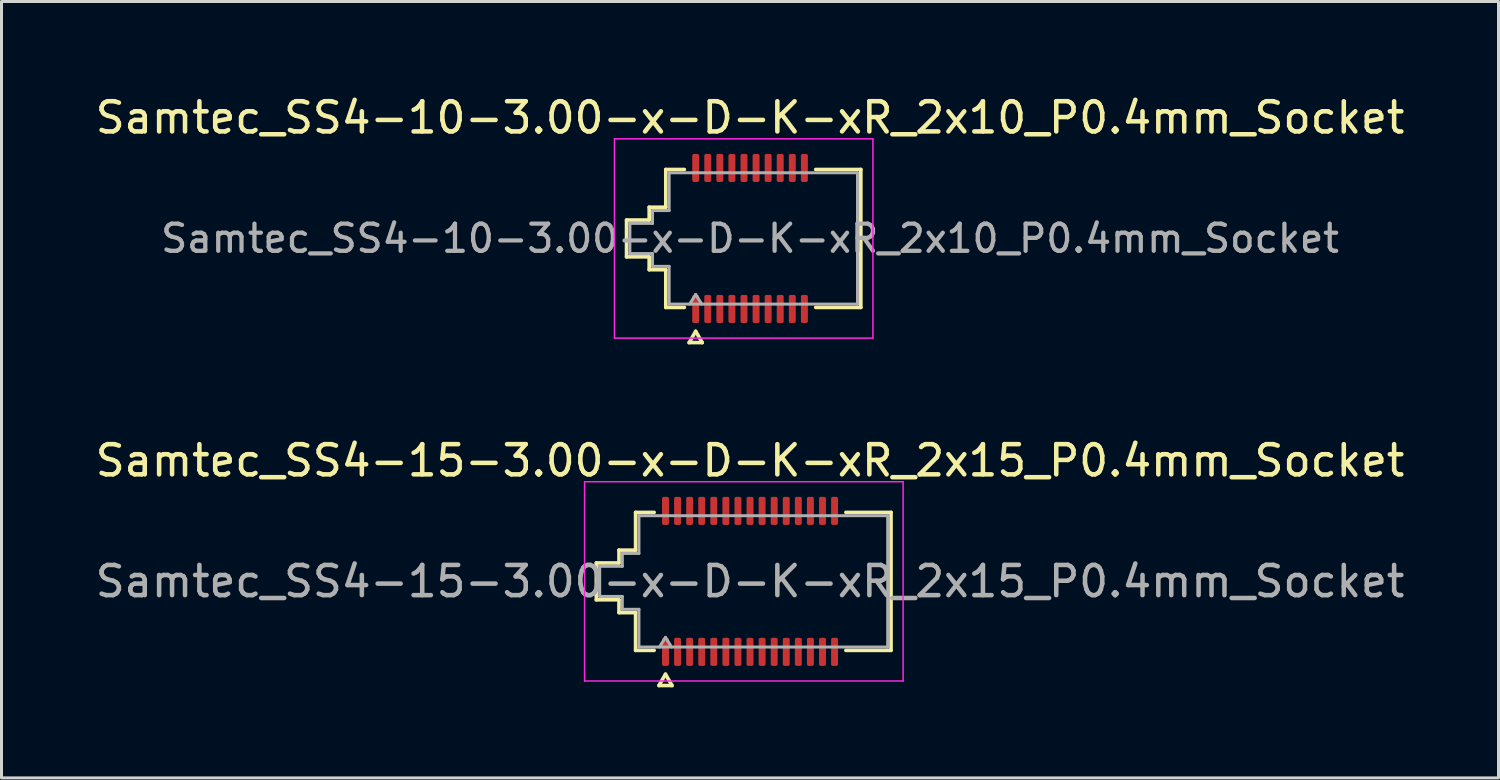
<source format=kicad_pcb>
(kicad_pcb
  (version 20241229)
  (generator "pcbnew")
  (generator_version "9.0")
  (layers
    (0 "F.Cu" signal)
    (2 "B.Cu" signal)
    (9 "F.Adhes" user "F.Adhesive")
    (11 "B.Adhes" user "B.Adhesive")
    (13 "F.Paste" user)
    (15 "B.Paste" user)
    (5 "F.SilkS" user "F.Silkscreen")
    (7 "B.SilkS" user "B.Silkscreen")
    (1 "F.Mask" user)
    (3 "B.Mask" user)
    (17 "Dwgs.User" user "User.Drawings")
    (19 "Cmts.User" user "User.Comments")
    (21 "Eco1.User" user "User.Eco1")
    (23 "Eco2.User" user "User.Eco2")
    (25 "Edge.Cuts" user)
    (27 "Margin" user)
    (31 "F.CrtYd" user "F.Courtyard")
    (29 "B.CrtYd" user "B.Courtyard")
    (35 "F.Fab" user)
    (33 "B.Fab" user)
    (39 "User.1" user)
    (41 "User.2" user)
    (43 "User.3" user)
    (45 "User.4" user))
  (footprint "Samtec_SS4-10-3.00-x-D-K-xR_2x10_P0.4mm_Socket"
    (layer "F.Cu")
    (at 21.792 4.848)
    (property "Reference" "Samtec_SS4-10-3.00-x-D-K-xR_2x10_P0.4mm_Socket" (at 0 -4 0) (layer "F.SilkS") (effects (font (size 1 1) (thickness 0.15))))
    (attr smd)
    (fp_line (start -4.09 -0.61) (end -3.34 -0.61) (stroke (width 0.12) (type solid)) (layer "F.SilkS"))
    (fp_line (start -4.09 0.61) (end -4.09 -0.61) (stroke (width 0.12) (type solid)) (layer "F.SilkS"))
    (fp_line (start -3.34 -1.035) (end -2.79 -1.035) (stroke (width 0.12) (type solid)) (layer "F.SilkS"))
    (fp_line (start -3.34 -0.61) (end -3.34 -1.035) (stroke (width 0.12) (type solid)) (layer "F.SilkS"))
    (fp_line (start -3.34 0.61) (end -4.09 0.61) (stroke (width 0.12) (type solid)) (layer "F.SilkS"))
    (fp_line (start -3.34 1.035) (end -3.34 0.61) (stroke (width 0.12) (type solid)) (layer "F.SilkS"))
    (fp_line (start -2.79 -2.285) (end -2.175 -2.285) (stroke (width 0.12) (type solid)) (layer "F.SilkS"))
    (fp_line (start -2.79 -1.035) (end -2.79 -2.285) (stroke (width 0.12) (type solid)) (layer "F.SilkS"))
    (fp_line (start -2.79 1.035) (end -3.34 1.035) (stroke (width 0.12) (type solid)) (layer "F.SilkS"))
    (fp_line (start -2.79 2.285) (end -2.79 1.035) (stroke (width 0.12) (type solid)) (layer "F.SilkS"))
    (fp_line (start -2.175 2.285) (end -2.79 2.285) (stroke (width 0.12) (type solid)) (layer "F.SilkS"))
    (fp_line (start -2.017 3.45) (end -1.8 3.075) (stroke (width 0.12) (type solid)) (layer "F.SilkS"))
    (fp_line (start -1.8 3.075) (end -1.583 3.45) (stroke (width 0.12) (type solid)) (layer "F.SilkS"))
    (fp_line (start -1.583 3.45) (end -2.017 3.45) (stroke (width 0.12) (type solid)) (layer "F.SilkS"))
    (fp_line (start 2.175 -2.285) (end 3.67 -2.285) (stroke (width 0.12) (type solid)) (layer "F.SilkS"))
    (fp_line (start 3.67 -2.285) (end 3.67 2.285) (stroke (width 0.12) (type solid)) (layer "F.SilkS"))
    (fp_line (start 3.67 2.285) (end 2.175 2.285) (stroke (width 0.12) (type solid)) (layer "F.SilkS"))
    (fp_line (start -4.49 -3.3) (end -4.49 3.3) (stroke (width 0.05) (type solid)) (layer "F.CrtYd"))
    (fp_line (start -4.49 3.3) (end 4.07 3.3) (stroke (width 0.05) (type solid)) (layer "F.CrtYd"))
    (fp_line (start 4.07 -3.3) (end -4.49 -3.3) (stroke (width 0.05) (type solid)) (layer "F.CrtYd"))
    (fp_line (start 4.07 3.3) (end 4.07 -3.3) (stroke (width 0.05) (type solid)) (layer "F.CrtYd"))
    (fp_line (start -3.98 -0.5) (end -3.23 -0.5) (stroke (width 0.1) (type solid)) (layer "F.Fab"))
    (fp_line (start -3.98 0.5) (end -3.98 -0.5) (stroke (width 0.1) (type solid)) (layer "F.Fab"))
    (fp_line (start -3.23 -0.925) (end -2.68 -0.925) (stroke (width 0.1) (type solid)) (layer "F.Fab"))
    (fp_line (start -3.23 -0.5) (end -3.23 -0.925) (stroke (width 0.1) (type solid)) (layer "F.Fab"))
    (fp_line (start -3.23 0.5) (end -3.98 0.5) (stroke (width 0.1) (type solid)) (layer "F.Fab"))
    (fp_line (start -3.23 0.925) (end -3.23 0.5) (stroke (width 0.1) (type solid)) (layer "F.Fab"))
    (fp_line (start -2.68 -2.175) (end 3.56 -2.175) (stroke (width 0.1) (type solid)) (layer "F.Fab"))
    (fp_line (start -2.68 -0.925) (end -2.68 -2.175) (stroke (width 0.1) (type solid)) (layer "F.Fab"))
    (fp_line (start -2.68 0.925) (end -3.23 0.925) (stroke (width 0.1) (type solid)) (layer "F.Fab"))
    (fp_line (start -2.68 2.175) (end -2.68 0.925) (stroke (width 0.1) (type solid)) (layer "F.Fab"))
    (fp_line (start -2 2.175) (end -1.8 1.855) (stroke (width 0.1) (type solid)) (layer "F.Fab"))
    (fp_line (start -1.8 1.855) (end -1.6 2.175) (stroke (width 0.1) (type solid)) (layer "F.Fab"))
    (fp_line (start 3.56 -2.175) (end 3.56 2.175) (stroke (width 0.1) (type solid)) (layer "F.Fab"))
    (fp_line (start 3.56 2.175) (end -2.68 2.175) (stroke (width 0.1) (type solid)) (layer "F.Fab"))
    (fp_text user "${REFERENCE}" (at 0 0 0) (layer "F.Fab") (effects (font (size 0.9 0.9) (thickness 0.14))))
    (pad "1" smd roundrect (at -1.8 2.335) (size 0.23 0.93) (layers "F.Cu" "F.Mask" "F.Paste") (roundrect_rratio 0.25))
    (pad "2" smd roundrect (at -1.8 -2.335) (size 0.23 0.93) (layers "F.Cu" "F.Mask" "F.Paste") (roundrect_rratio 0.25))
    (pad "3" smd roundrect (at -1.4 2.335) (size 0.23 0.93) (layers "F.Cu" "F.Mask" "F.Paste") (roundrect_rratio 0.25))
    (pad "4" smd roundrect (at -1.4 -2.335) (size 0.23 0.93) (layers "F.Cu" "F.Mask" "F.Paste") (roundrect_rratio 0.25))
    (pad "5" smd roundrect (at -1 2.335) (size 0.23 0.93) (layers "F.Cu" "F.Mask" "F.Paste") (roundrect_rratio 0.25))
    (pad "6" smd roundrect (at -1 -2.335) (size 0.23 0.93) (layers "F.Cu" "F.Mask" "F.Paste") (roundrect_rratio 0.25))
    (pad "7" smd roundrect (at -0.6 2.335) (size 0.23 0.93) (layers "F.Cu" "F.Mask" "F.Paste") (roundrect_rratio 0.25))
    (pad "8" smd roundrect (at -0.6 -2.335) (size 0.23 0.93) (layers "F.Cu" "F.Mask" "F.Paste") (roundrect_rratio 0.25))
    (pad "9" smd roundrect (at -0.2 2.335) (size 0.23 0.93) (layers "F.Cu" "F.Mask" "F.Paste") (roundrect_rratio 0.25))
    (pad "10" smd roundrect (at -0.2 -2.335) (size 0.23 0.93) (layers "F.Cu" "F.Mask" "F.Paste") (roundrect_rratio 0.25))
    (pad "11" smd roundrect (at 0.2 2.335) (size 0.23 0.93) (layers "F.Cu" "F.Mask" "F.Paste") (roundrect_rratio 0.25))
    (pad "12" smd roundrect (at 0.2 -2.335) (size 0.23 0.93) (layers "F.Cu" "F.Mask" "F.Paste") (roundrect_rratio 0.25))
    (pad "13" smd roundrect (at 0.6 2.335) (size 0.23 0.93) (layers "F.Cu" "F.Mask" "F.Paste") (roundrect_rratio 0.25))
    (pad "14" smd roundrect (at 0.6 -2.335) (size 0.23 0.93) (layers "F.Cu" "F.Mask" "F.Paste") (roundrect_rratio 0.25))
    (pad "15" smd roundrect (at 1 2.335) (size 0.23 0.93) (layers "F.Cu" "F.Mask" "F.Paste") (roundrect_rratio 0.25))
    (pad "16" smd roundrect (at 1 -2.335) (size 0.23 0.93) (layers "F.Cu" "F.Mask" "F.Paste") (roundrect_rratio 0.25))
    (pad "17" smd roundrect (at 1.4 2.335) (size 0.23 0.93) (layers "F.Cu" "F.Mask" "F.Paste") (roundrect_rratio 0.25))
    (pad "18" smd roundrect (at 1.4 -2.335) (size 0.23 0.93) (layers "F.Cu" "F.Mask" "F.Paste") (roundrect_rratio 0.25))
    (pad "19" smd roundrect (at 1.8 2.335) (size 0.23 0.93) (layers "F.Cu" "F.Mask" "F.Paste") (roundrect_rratio 0.25))
    (pad "20" smd roundrect (at 1.8 -2.335) (size 0.23 0.93) (layers "F.Cu" "F.Mask" "F.Paste") (roundrect_rratio 0.25))
    (zone (net_name "") (layer "F.Cu") (name "Via keepout") (hatch edge 0.5) (connect_pads) (min_thickness 0.25) (filled_areas_thickness no) (keepout (tracks not_allowed) (vias not_allowed) (pads allowed) (copperpour not_allowed) (footprints allowed)) (placement (enabled no)) (fill) (polygon (pts (xy 19.877 2.978) (xy 23.707 2.978) (xy 23.707 6.718) (xy 19.877 6.718)))))
  (footprint "Samtec_SS4-15-3.00-x-D-K-xR_2x15_P0.4mm_Socket"
    (layer "F.Cu")
    (at 21.792 16.206)
    (property "Reference" "Samtec_SS4-15-3.00-x-D-K-xR_2x15_P0.4mm_Socket" (at 0 -4 0) (layer "F.SilkS") (effects (font (size 1 1) (thickness 0.15))))
    (attr smd)
    (fp_line (start -5.09 -0.61) (end -4.34 -0.61) (stroke (width 0.12) (type solid)) (layer "F.SilkS"))
    (fp_line (start -5.09 0.61) (end -5.09 -0.61) (stroke (width 0.12) (type solid)) (layer "F.SilkS"))
    (fp_line (start -4.34 -1.035) (end -3.79 -1.035) (stroke (width 0.12) (type solid)) (layer "F.SilkS"))
    (fp_line (start -4.34 -0.61) (end -4.34 -1.035) (stroke (width 0.12) (type solid)) (layer "F.SilkS"))
    (fp_line (start -4.34 0.61) (end -5.09 0.61) (stroke (width 0.12) (type solid)) (layer "F.SilkS"))
    (fp_line (start -4.34 1.035) (end -4.34 0.61) (stroke (width 0.12) (type solid)) (layer "F.SilkS"))
    (fp_line (start -3.79 -2.285) (end -3.175 -2.285) (stroke (width 0.12) (type solid)) (layer "F.SilkS"))
    (fp_line (start -3.79 -1.035) (end -3.79 -2.285) (stroke (width 0.12) (type solid)) (layer "F.SilkS"))
    (fp_line (start -3.79 1.035) (end -4.34 1.035) (stroke (width 0.12) (type solid)) (layer "F.SilkS"))
    (fp_line (start -3.79 2.285) (end -3.79 1.035) (stroke (width 0.12) (type solid)) (layer "F.SilkS"))
    (fp_line (start -3.175 2.285) (end -3.79 2.285) (stroke (width 0.12) (type solid)) (layer "F.SilkS"))
    (fp_line (start -3.017 3.45) (end -2.8 3.075) (stroke (width 0.12) (type solid)) (layer "F.SilkS"))
    (fp_line (start -2.8 3.075) (end -2.583 3.45) (stroke (width 0.12) (type solid)) (layer "F.SilkS"))
    (fp_line (start -2.583 3.45) (end -3.017 3.45) (stroke (width 0.12) (type solid)) (layer "F.SilkS"))
    (fp_line (start 3.175 -2.285) (end 4.67 -2.285) (stroke (width 0.12) (type solid)) (layer "F.SilkS"))
    (fp_line (start 4.67 -2.285) (end 4.67 2.285) (stroke (width 0.12) (type solid)) (layer "F.SilkS"))
    (fp_line (start 4.67 2.285) (end 3.175 2.285) (stroke (width 0.12) (type solid)) (layer "F.SilkS"))
    (fp_line (start -5.48 -3.3) (end -5.48 3.3) (stroke (width 0.05) (type solid)) (layer "F.CrtYd"))
    (fp_line (start -5.48 3.3) (end 5.07 3.3) (stroke (width 0.05) (type solid)) (layer "F.CrtYd"))
    (fp_line (start 5.07 -3.3) (end -5.48 -3.3) (stroke (width 0.05) (type solid)) (layer "F.CrtYd"))
    (fp_line (start 5.07 3.3) (end 5.07 -3.3) (stroke (width 0.05) (type solid)) (layer "F.CrtYd"))
    (fp_line (start -4.98 -0.5) (end -4.23 -0.5) (stroke (width 0.1) (type solid)) (layer "F.Fab"))
    (fp_line (start -4.98 0.5) (end -4.98 -0.5) (stroke (width 0.1) (type solid)) (layer "F.Fab"))
    (fp_line (start -4.23 -0.925) (end -3.68 -0.925) (stroke (width 0.1) (type solid)) (layer "F.Fab"))
    (fp_line (start -4.23 -0.5) (end -4.23 -0.925) (stroke (width 0.1) (type solid)) (layer "F.Fab"))
    (fp_line (start -4.23 0.5) (end -4.98 0.5) (stroke (width 0.1) (type solid)) (layer "F.Fab"))
    (fp_line (start -4.23 0.925) (end -4.23 0.5) (stroke (width 0.1) (type solid)) (layer "F.Fab"))
    (fp_line (start -3.68 -2.175) (end 4.56 -2.175) (stroke (width 0.1) (type solid)) (layer "F.Fab"))
    (fp_line (start -3.68 -0.925) (end -3.68 -2.175) (stroke (width 0.1) (type solid)) (layer "F.Fab"))
    (fp_line (start -3.68 0.925) (end -4.23 0.925) (stroke (width 0.1) (type solid)) (layer "F.Fab"))
    (fp_line (start -3.68 2.175) (end -3.68 0.925) (stroke (width 0.1) (type solid)) (layer "F.Fab"))
    (fp_line (start -3 2.175) (end -2.8 1.855) (stroke (width 0.1) (type solid)) (layer "F.Fab"))
    (fp_line (start -2.8 1.855) (end -2.6 2.175) (stroke (width 0.1) (type solid)) (layer "F.Fab"))
    (fp_line (start 4.56 -2.175) (end 4.56 2.175) (stroke (width 0.1) (type solid)) (layer "F.Fab"))
    (fp_line (start 4.56 2.175) (end -3.68 2.175) (stroke (width 0.1) (type solid)) (layer "F.Fab"))
    (fp_text user "${REFERENCE}" (at 0 0 0) (layer "F.Fab") (effects (font (size 1 1) (thickness 0.15))))
    (pad "1" smd roundrect (at -2.8 2.335) (size 0.23 0.93) (layers "F.Cu" "F.Mask" "F.Paste") (roundrect_rratio 0.25))
    (pad "2" smd roundrect (at -2.8 -2.335) (size 0.23 0.93) (layers "F.Cu" "F.Mask" "F.Paste") (roundrect_rratio 0.25))
    (pad "3" smd roundrect (at -2.4 2.335) (size 0.23 0.93) (layers "F.Cu" "F.Mask" "F.Paste") (roundrect_rratio 0.25))
    (pad "4" smd roundrect (at -2.4 -2.335) (size 0.23 0.93) (layers "F.Cu" "F.Mask" "F.Paste") (roundrect_rratio 0.25))
    (pad "5" smd roundrect (at -2 2.335) (size 0.23 0.93) (layers "F.Cu" "F.Mask" "F.Paste") (roundrect_rratio 0.25))
    (pad "6" smd roundrect (at -2 -2.335) (size 0.23 0.93) (layers "F.Cu" "F.Mask" "F.Paste") (roundrect_rratio 0.25))
    (pad "7" smd roundrect (at -1.6 2.335) (size 0.23 0.93) (layers "F.Cu" "F.Mask" "F.Paste") (roundrect_rratio 0.25))
    (pad "8" smd roundrect (at -1.6 -2.335) (size 0.23 0.93) (layers "F.Cu" "F.Mask" "F.Paste") (roundrect_rratio 0.25))
    (pad "9" smd roundrect (at -1.2 2.335) (size 0.23 0.93) (layers "F.Cu" "F.Mask" "F.Paste") (roundrect_rratio 0.25))
    (pad "10" smd roundrect (at -1.2 -2.335) (size 0.23 0.93) (layers "F.Cu" "F.Mask" "F.Paste") (roundrect_rratio 0.25))
    (pad "11" smd roundrect (at -0.8 2.335) (size 0.23 0.93) (layers "F.Cu" "F.Mask" "F.Paste") (roundrect_rratio 0.25))
    (pad "12" smd roundrect (at -0.8 -2.335) (size 0.23 0.93) (layers "F.Cu" "F.Mask" "F.Paste") (roundrect_rratio 0.25))
    (pad "13" smd roundrect (at -0.4 2.335) (size 0.23 0.93) (layers "F.Cu" "F.Mask" "F.Paste") (roundrect_rratio 0.25))
    (pad "14" smd roundrect (at -0.4 -2.335) (size 0.23 0.93) (layers "F.Cu" "F.Mask" "F.Paste") (roundrect_rratio 0.25))
    (pad "15" smd roundrect (at 0 2.335) (size 0.23 0.93) (layers "F.Cu" "F.Mask" "F.Paste") (roundrect_rratio 0.25))
    (pad "16" smd roundrect (at 0 -2.335) (size 0.23 0.93) (layers "F.Cu" "F.Mask" "F.Paste") (roundrect_rratio 0.25))
    (pad "17" smd roundrect (at 0.4 2.335) (size 0.23 0.93) (layers "F.Cu" "F.Mask" "F.Paste") (roundrect_rratio 0.25))
    (pad "18" smd roundrect (at 0.4 -2.335) (size 0.23 0.93) (layers "F.Cu" "F.Mask" "F.Paste") (roundrect_rratio 0.25))
    (pad "19" smd roundrect (at 0.8 2.335) (size 0.23 0.93) (layers "F.Cu" "F.Mask" "F.Paste") (roundrect_rratio 0.25))
    (pad "20" smd roundrect (at 0.8 -2.335) (size 0.23 0.93) (layers "F.Cu" "F.Mask" "F.Paste") (roundrect_rratio 0.25))
    (pad "21" smd roundrect (at 1.2 2.335) (size 0.23 0.93) (layers "F.Cu" "F.Mask" "F.Paste") (roundrect_rratio 0.25))
    (pad "22" smd roundrect (at 1.2 -2.335) (size 0.23 0.93) (layers "F.Cu" "F.Mask" "F.Paste") (roundrect_rratio 0.25))
    (pad "23" smd roundrect (at 1.6 2.335) (size 0.23 0.93) (layers "F.Cu" "F.Mask" "F.Paste") (roundrect_rratio 0.25))
    (pad "24" smd roundrect (at 1.6 -2.335) (size 0.23 0.93) (layers "F.Cu" "F.Mask" "F.Paste") (roundrect_rratio 0.25))
    (pad "25" smd roundrect (at 2 2.335) (size 0.23 0.93) (layers "F.Cu" "F.Mask" "F.Paste") (roundrect_rratio 0.25))
    (pad "26" smd roundrect (at 2 -2.335) (size 0.23 0.93) (layers "F.Cu" "F.Mask" "F.Paste") (roundrect_rratio 0.25))
    (pad "27" smd roundrect (at 2.4 2.335) (size 0.23 0.93) (layers "F.Cu" "F.Mask" "F.Paste") (roundrect_rratio 0.25))
    (pad "28" smd roundrect (at 2.4 -2.335) (size 0.23 0.93) (layers "F.Cu" "F.Mask" "F.Paste") (roundrect_rratio 0.25))
    (pad "29" smd roundrect (at 2.8 2.335) (size 0.23 0.93) (layers "F.Cu" "F.Mask" "F.Paste") (roundrect_rratio 0.25))
    (pad "30" smd roundrect (at 2.8 -2.335) (size 0.23 0.93) (layers "F.Cu" "F.Mask" "F.Paste") (roundrect_rratio 0.25))
    (zone (net_name "") (layer "F.Cu") (name "Via keepout") (hatch edge 0.5) (connect_pads) (min_thickness 0.25) (filled_areas_thickness no) (keepout (tracks not_allowed) (vias not_allowed) (pads allowed) (copperpour not_allowed) (footprints allowed)) (placement (enabled no)) (fill) (polygon (pts (xy 18.877 14.336) (xy 24.707 14.336) (xy 24.707 18.076) (xy 18.877 18.076)))))
  (gr_rect
    (start -3 -3)
    (end 46.583 22.716)
    (stroke (width 0.1) (type default))
    (fill no)
    (layer "Edge.Cuts")))
</source>
